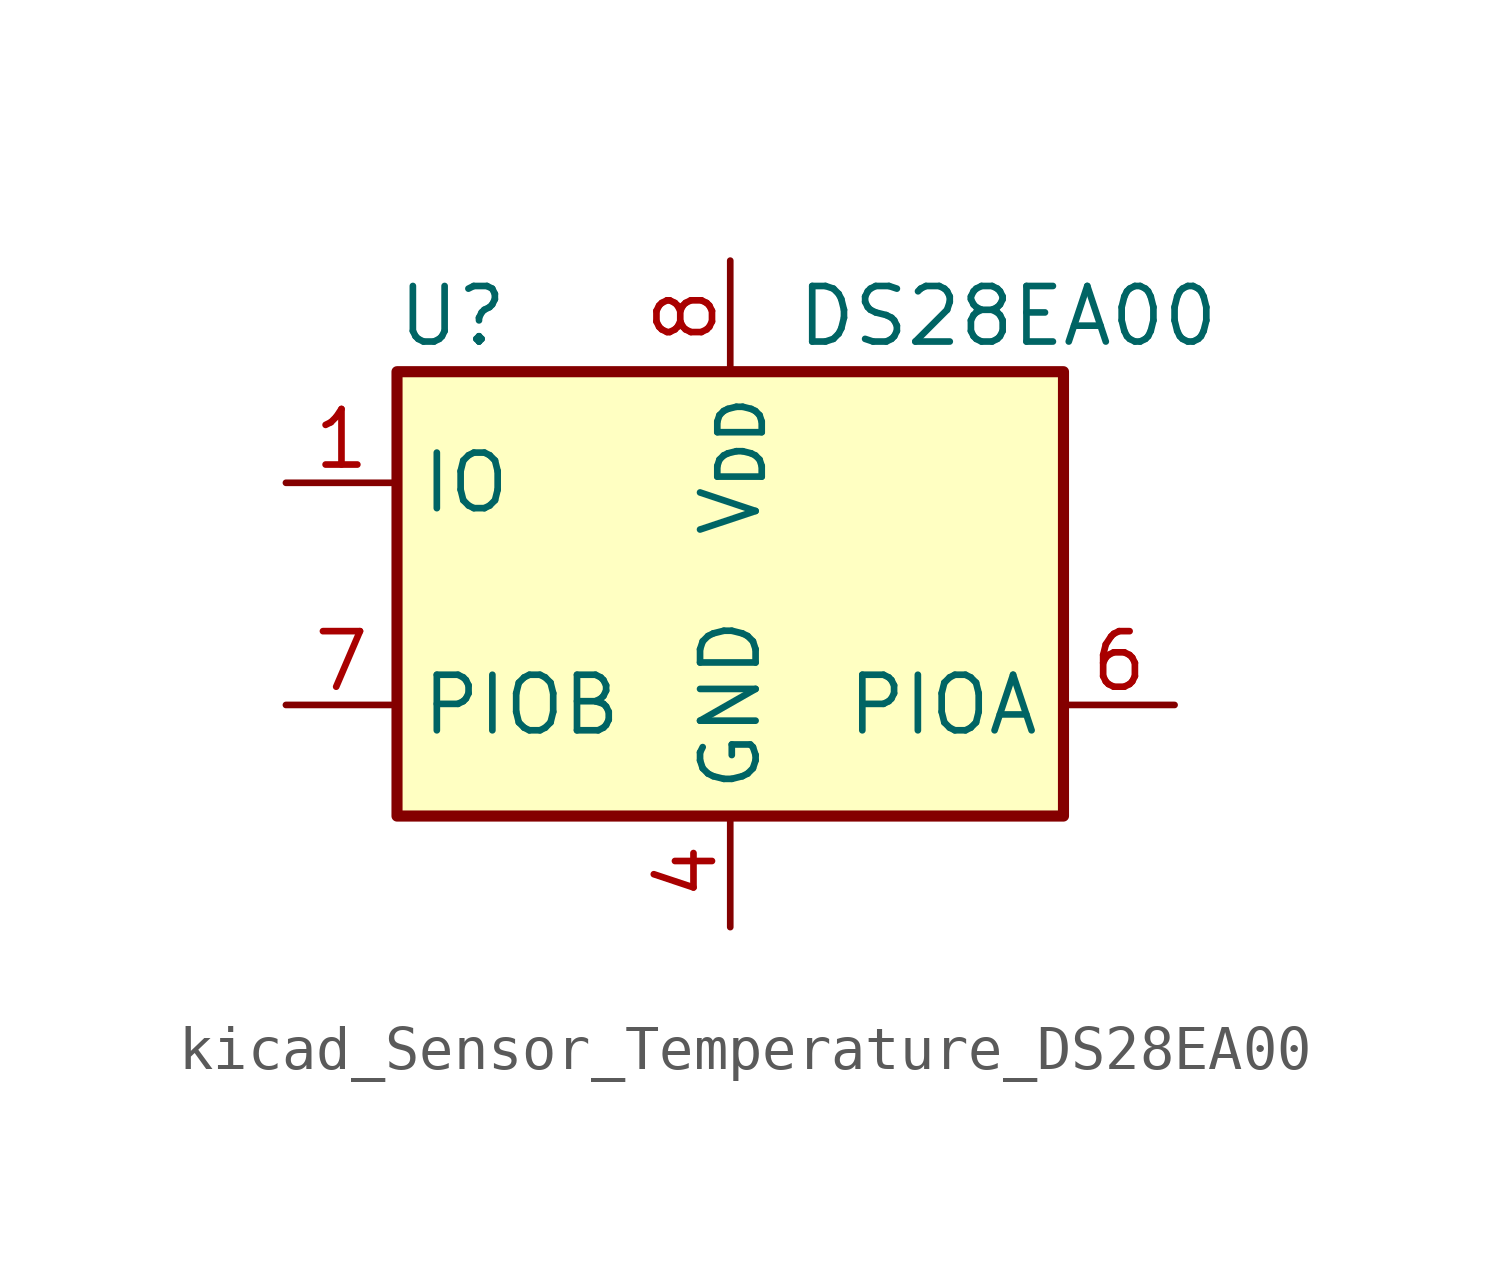
<source format=kicad_sym>
(kicad_symbol_lib
  (version 20220914)
  (generator kicad_symbol_editor)
  (symbol "kicad_Sensor_Temperature_DS28EA00"
    (property "Reference" "U"
      (at -6.35 6.35 0)
      (effects (font (size 1.27 1.27))))
    (property "Value" "DS28EA00"
      (at 6.35 6.35 0)
      (effects (font (size 1.27 1.27))))
    (symbol "kicad_Sensor_Temperature_DS28EA00_0_1"
      (rectangle (start -7.62 5.08) (end 7.62 -5.08) (stroke (width 0.254) (type default)) (fill (type background))))
    (symbol "kicad_Sensor_Temperature_DS28EA00_1_1"
      (pin bidirectional line (at -10.16 2.54 0) (length 2.54) (name "IO" (effects (font (size 1.27 1.27)))) (number "1" (effects (font (size 1.27 1.27)))))
      (pin no_connect line (at -7.62 0 0) (length 2.54) hide (name "NC" (effects (font (size 1.27 1.27)))) (number "2" (effects (font (size 1.27 1.27)))))
      (pin no_connect line (at 7.62 2.54 180) (length 2.54) hide (name "NC" (effects (font (size 1.27 1.27)))) (number "3" (effects (font (size 1.27 1.27)))))
      (pin power_in line (at 0 -7.62 90) (length 2.54) (name "GND" (effects (font (size 1.27 1.27)))) (number "4" (effects (font (size 1.27 1.27)))))
      (pin no_connect line (at 7.62 0 180) (length 2.54) hide (name "NC" (effects (font (size 1.27 1.27)))) (number "5" (effects (font (size 1.27 1.27)))))
      (pin bidirectional line (at 10.16 -2.54 180) (length 2.54) (name "PIOA" (effects (font (size 1.27 1.27)))) (number "6" (effects (font (size 1.27 1.27)))))
      (pin bidirectional line (at -10.16 -2.54 0) (length 2.54) (name "PIOB" (effects (font (size 1.27 1.27)))) (number "7" (effects (font (size 1.27 1.27)))))
      (pin power_in line (at 0 7.62 270) (length 2.54) (name "V_{DD}" (effects (font (size 1.27 1.27)))) (number "8" (effects (font (size 1.27 1.27))))))))
</source>
